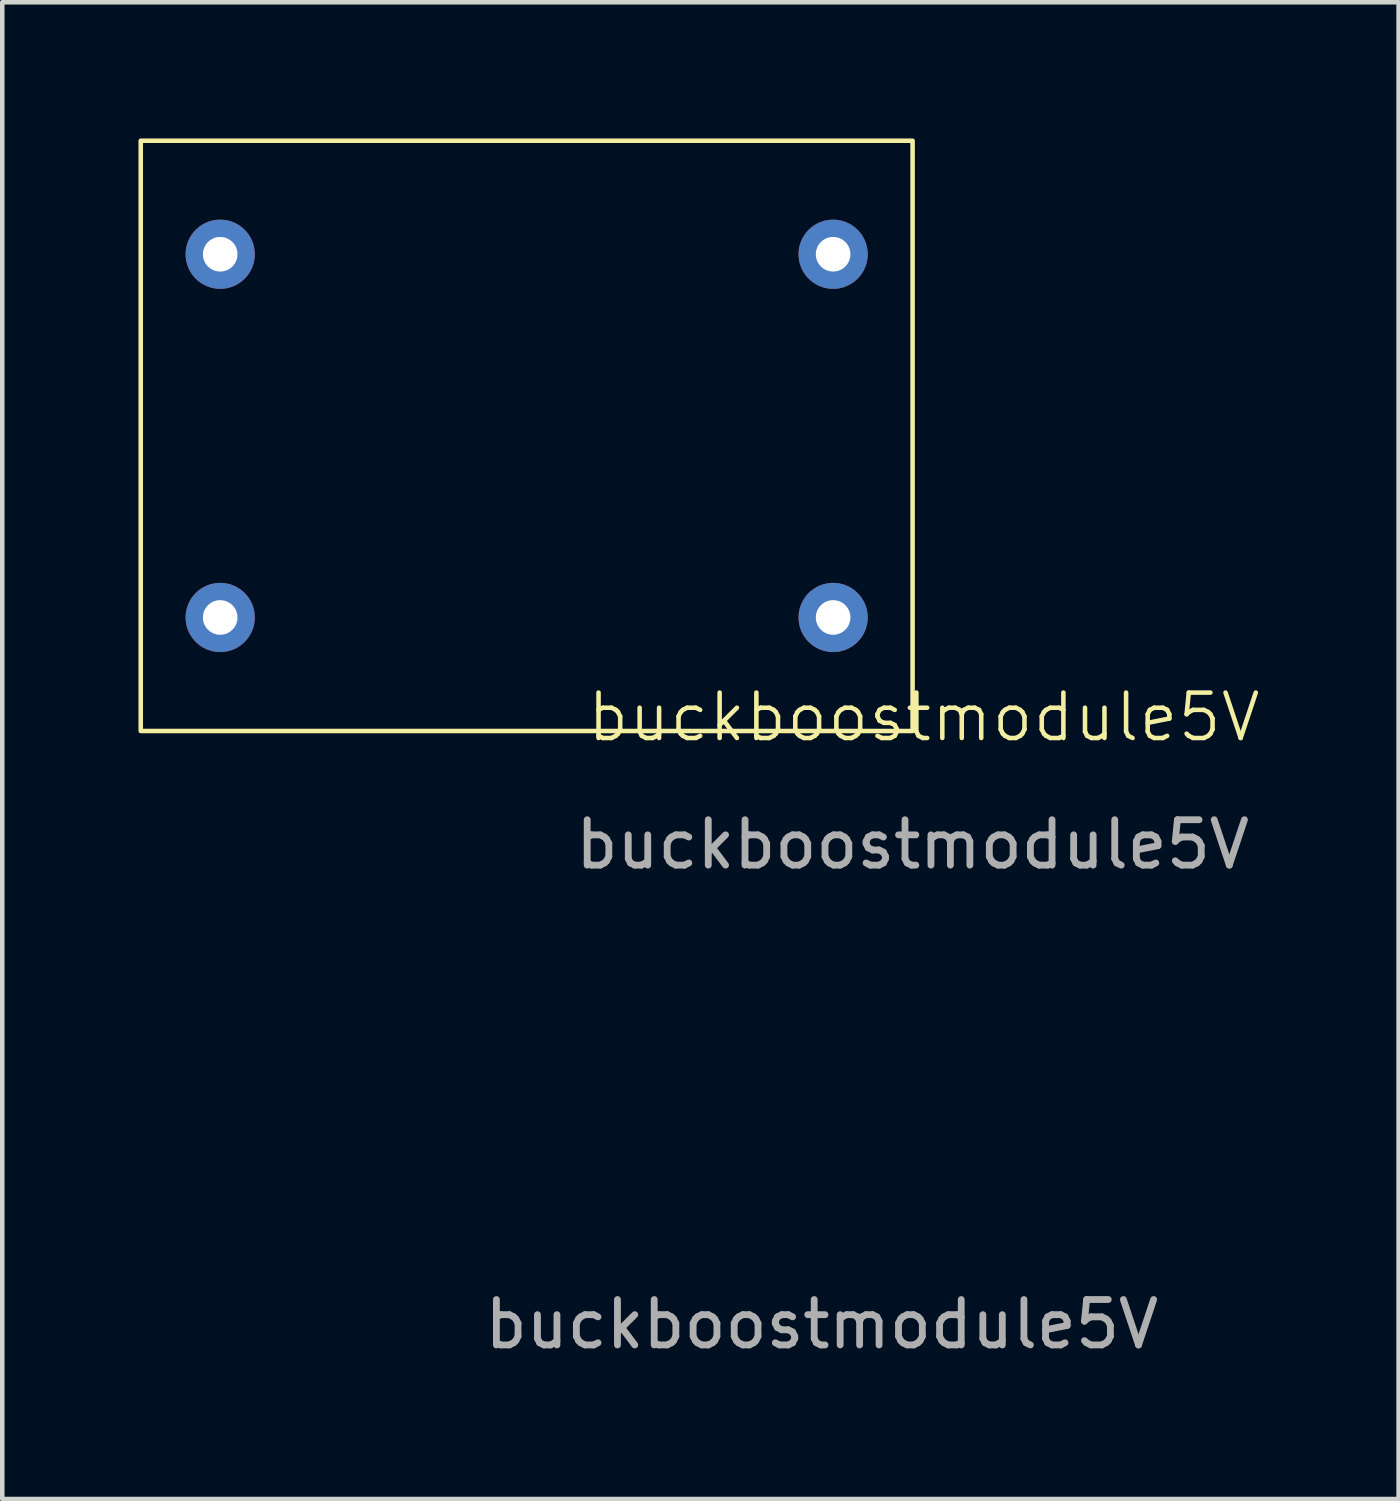
<source format=kicad_pcb>
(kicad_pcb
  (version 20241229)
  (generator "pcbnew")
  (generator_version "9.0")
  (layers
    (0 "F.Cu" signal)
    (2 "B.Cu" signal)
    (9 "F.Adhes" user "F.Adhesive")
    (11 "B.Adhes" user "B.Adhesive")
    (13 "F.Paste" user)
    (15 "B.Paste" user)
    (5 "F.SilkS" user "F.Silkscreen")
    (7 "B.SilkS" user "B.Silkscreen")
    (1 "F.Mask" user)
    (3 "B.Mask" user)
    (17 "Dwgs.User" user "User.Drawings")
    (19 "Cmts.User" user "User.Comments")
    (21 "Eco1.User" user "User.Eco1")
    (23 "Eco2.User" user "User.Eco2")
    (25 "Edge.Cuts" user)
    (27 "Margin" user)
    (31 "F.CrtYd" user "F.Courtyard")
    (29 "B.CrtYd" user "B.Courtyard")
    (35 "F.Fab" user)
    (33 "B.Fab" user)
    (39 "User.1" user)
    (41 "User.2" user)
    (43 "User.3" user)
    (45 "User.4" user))
  (footprint "buckboostmodule5V"
    (layer "F.Cu")
    (at 17.05 13.05)
    (property "Reference" "buckboostmodule5V" (at 0.25 -0.303 0) (unlocked yes) (layer "F.SilkS") (effects (font (size 1 1) (thickness 0.1))))
    (attr smd)
    (fp_rect (start -17 -13) (end 0 0) (stroke (width 0.1) (type default)) (fill no) (layer "F.SilkS"))
    (fp_text user "${REFERENCE}" (at 0 2.5 0) (unlocked yes) (layer "F.Fab") (effects (font (size 1 1) (thickness 0.15))))
    (fp_text user "${REFERENCE}" (at -2 13.068 0) (unlocked yes) (layer "F.Fab") (effects (font (size 1 1) (thickness 0.15))))
    (pad "1" thru_hole circle (at -1.75 -2.5 270) (size 1.524 1.524) (drill 0.762) (layers "*.Cu" "*.Mask"))
    (pad "2" thru_hole circle (at -1.75 -10.5 270) (size 1.524 1.524) (drill 0.762) (layers "*.Cu" "*.Mask"))
    (pad "3" thru_hole circle (at -15.25 -2.5 270) (size 1.524 1.524) (drill 0.762) (layers "*.Cu" "*.Mask"))
    (pad "4" thru_hole circle (at -15.25 -10.5 270) (size 1.524 1.524) (drill 0.762) (layers "*.Cu" "*.Mask")))
  (gr_rect
    (start -3 -3)
    (end 27.755 29.966)
    (stroke (width 0.1) (type default))
    (fill no)
    (layer "Edge.Cuts")))
</source>
